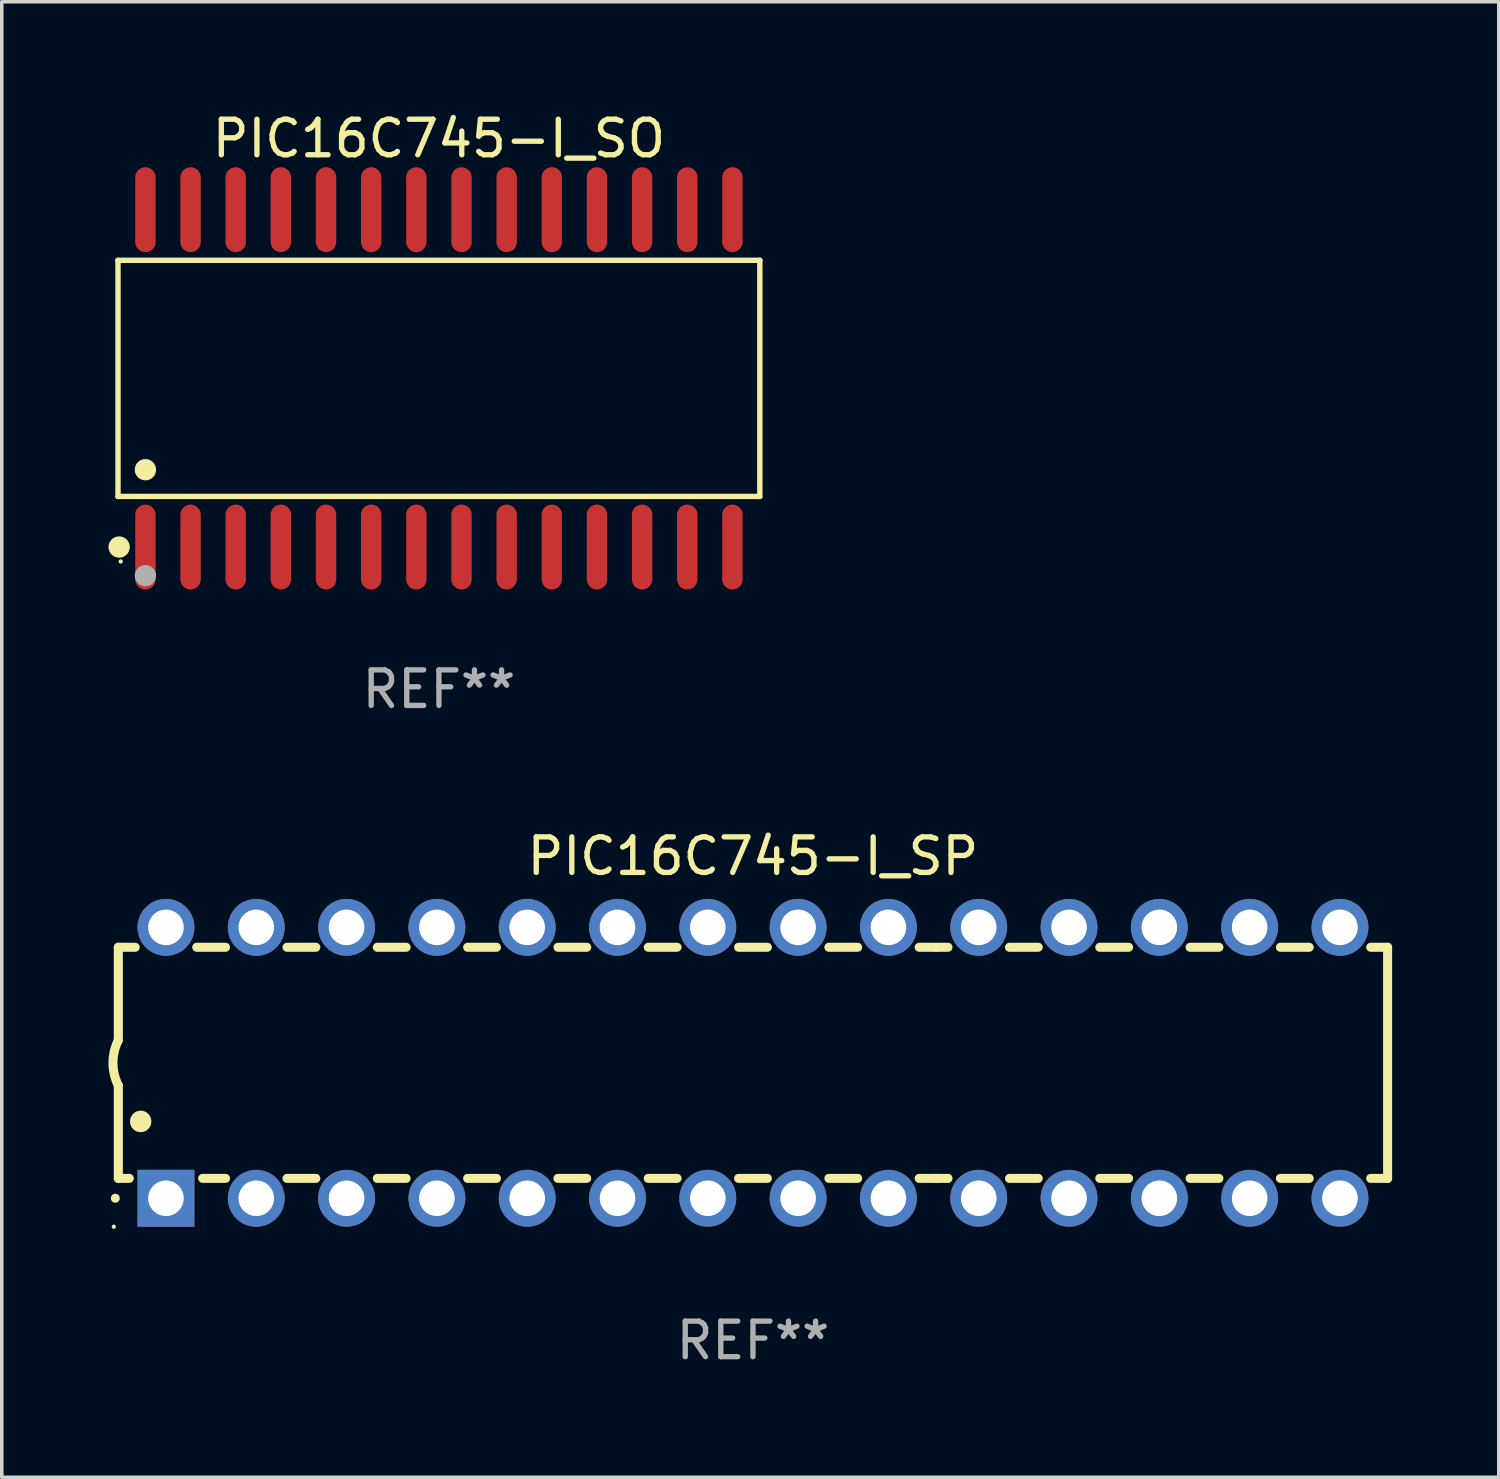
<source format=kicad_pcb>
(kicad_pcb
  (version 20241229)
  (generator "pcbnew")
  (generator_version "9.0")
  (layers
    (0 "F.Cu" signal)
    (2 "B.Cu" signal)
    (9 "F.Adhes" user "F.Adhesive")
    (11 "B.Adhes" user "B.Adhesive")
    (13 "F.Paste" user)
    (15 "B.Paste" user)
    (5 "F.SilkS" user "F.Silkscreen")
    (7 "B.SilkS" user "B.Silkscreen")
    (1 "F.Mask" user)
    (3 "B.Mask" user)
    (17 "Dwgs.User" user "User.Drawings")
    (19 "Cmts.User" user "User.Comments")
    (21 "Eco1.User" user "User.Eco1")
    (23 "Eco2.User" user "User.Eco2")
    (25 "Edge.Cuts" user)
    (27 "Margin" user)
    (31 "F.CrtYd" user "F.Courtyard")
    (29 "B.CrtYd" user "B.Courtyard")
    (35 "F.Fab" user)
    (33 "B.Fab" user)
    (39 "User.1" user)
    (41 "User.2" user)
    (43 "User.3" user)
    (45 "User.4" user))
  (footprint "PIC16C745-I_SP"
    (layer "F.Cu")
    (at 18.128 26.843)
    (property "Reference" "PIC16C745-I_SP" (at 0 -5.81 0) (layer "F.SilkS") (effects (font (size 1 1) (thickness 0.15))))
    (attr through_hole)
    (fp_line (start -17.85 -3.25) (end -17.85 -0.635) (stroke (width 0.254) (type solid)) (layer "F.SilkS"))
    (fp_line (start -17.85 3.25) (end -17.85 0.635) (stroke (width 0.254) (type solid)) (layer "F.SilkS"))
    (fp_line (start -17.85 3.25) (end -17.541 3.25) (stroke (width 0.254) (type solid)) (layer "F.SilkS"))
    (fp_line (start -17.375 -3.25) (end -17.85 -3.25) (stroke (width 0.254) (type solid)) (layer "F.SilkS"))
    (fp_line (start -15.479 3.25) (end -14.835 3.25) (stroke (width 0.254) (type solid)) (layer "F.SilkS"))
    (fp_line (start -14.835 -3.25) (end -15.645 -3.25) (stroke (width 0.254) (type solid)) (layer "F.SilkS"))
    (fp_line (start -13.105 3.25) (end -12.295 3.25) (stroke (width 0.254) (type solid)) (layer "F.SilkS"))
    (fp_line (start -12.295 -3.25) (end -13.105 -3.25) (stroke (width 0.254) (type solid)) (layer "F.SilkS"))
    (fp_line (start -10.565 3.25) (end -9.755 3.25) (stroke (width 0.254) (type solid)) (layer "F.SilkS"))
    (fp_line (start -9.755 -3.25) (end -10.565 -3.25) (stroke (width 0.254) (type solid)) (layer "F.SilkS"))
    (fp_line (start -8.025 3.25) (end -7.215 3.25) (stroke (width 0.254) (type solid)) (layer "F.SilkS"))
    (fp_line (start -7.215 -3.25) (end -8.025 -3.25) (stroke (width 0.254) (type solid)) (layer "F.SilkS"))
    (fp_line (start -5.485 3.25) (end -4.675 3.25) (stroke (width 0.254) (type solid)) (layer "F.SilkS"))
    (fp_line (start -4.675 -3.25) (end -5.485 -3.25) (stroke (width 0.254) (type solid)) (layer "F.SilkS"))
    (fp_line (start -2.945 3.25) (end -2.135 3.25) (stroke (width 0.254) (type solid)) (layer "F.SilkS"))
    (fp_line (start -2.135 -3.25) (end -2.945 -3.25) (stroke (width 0.254) (type solid)) (layer "F.SilkS"))
    (fp_line (start -0.405 3.25) (end 0.405 3.25) (stroke (width 0.254) (type solid)) (layer "F.SilkS"))
    (fp_line (start 0.405 -3.25) (end -0.405 -3.25) (stroke (width 0.254) (type solid)) (layer "F.SilkS"))
    (fp_line (start 2.135 3.25) (end 2.945 3.25) (stroke (width 0.254) (type solid)) (layer "F.SilkS"))
    (fp_line (start 2.945 -3.25) (end 2.135 -3.25) (stroke (width 0.254) (type solid)) (layer "F.SilkS"))
    (fp_line (start 4.675 3.25) (end 5.15 3.25) (stroke (width 0.254) (type solid)) (layer "F.SilkS"))
    (fp_line (start 5.15 -3.25) (end 4.675 -3.25) (stroke (width 0.254) (type solid)) (layer "F.SilkS"))
    (fp_line (start 5.15 -3.25) (end 5.485 -3.25) (stroke (width 0.254) (type solid)) (layer "F.SilkS"))
    (fp_line (start 5.15 3.25) (end 5.485 3.25) (stroke (width 0.254) (type solid)) (layer "F.SilkS"))
    (fp_line (start 7.215 -3.25) (end 8.025 -3.25) (stroke (width 0.254) (type solid)) (layer "F.SilkS"))
    (fp_line (start 7.215 3.25) (end 8.025 3.25) (stroke (width 0.254) (type solid)) (layer "F.SilkS"))
    (fp_line (start 9.755 -3.25) (end 10.565 -3.25) (stroke (width 0.254) (type solid)) (layer "F.SilkS"))
    (fp_line (start 9.755 3.25) (end 10.565 3.25) (stroke (width 0.254) (type solid)) (layer "F.SilkS"))
    (fp_line (start 12.295 -3.25) (end 13.105 -3.25) (stroke (width 0.254) (type solid)) (layer "F.SilkS"))
    (fp_line (start 12.295 3.25) (end 13.105 3.25) (stroke (width 0.254) (type solid)) (layer "F.SilkS"))
    (fp_line (start 14.835 -3.25) (end 15.645 -3.25) (stroke (width 0.254) (type solid)) (layer "F.SilkS"))
    (fp_line (start 14.835 3.25) (end 15.645 3.25) (stroke (width 0.254) (type solid)) (layer "F.SilkS"))
    (fp_line (start 17.375 -3.25) (end 17.85 -3.25) (stroke (width 0.254) (type solid)) (layer "F.SilkS"))
    (fp_line (start 17.375 3.25) (end 17.85 3.25) (stroke (width 0.254) (type solid)) (layer "F.SilkS"))
    (fp_line (start 17.85 -3.25) (end 17.85 3.25) (stroke (width 0.254) (type solid)) (layer "F.SilkS"))
    (fp_arc (start -17.934976 3.810008) (mid -17.934983 3.808738) (end -17.934976 3.807468) (stroke (width 0.25) (type solid)) (layer "F.SilkS"))
    (fp_arc (start -17.851155 0.635002) (mid -18.000677 -0.000132) (end -17.850038 -0.635001) (stroke (width 0.254001) (type solid)) (layer "F.SilkS"))
    (fp_arc (start -17.221234 1.651003) (mid -17.221245 1.648463) (end -17.221234 1.645923) (stroke (width 0.6) (type solid)) (layer "F.SilkS"))
    (fp_circle (center -17.977 4.61) (end -17.947 4.61) (stroke (width 0.06) (type solid)) (fill no) (layer "F.SilkS"))
    (fp_text user "REF**" (at 0 7.81 0) (layer "F.Fab") (effects (font (size 1 1) (thickness 0.15))))
    (pad "1" thru_hole rect (at -16.51 3.81 90) (size 1.6 1.6) (drill 1) (layers "*.Cu" "*.Mask"))
    (pad "2" thru_hole circle (at -13.97 3.81 90) (size 1.6 1.6) (drill 1) (layers "*.Cu" "*.Mask"))
    (pad "3" thru_hole circle (at -11.43 3.81 90) (size 1.6 1.6) (drill 1) (layers "*.Cu" "*.Mask"))
    (pad "4" thru_hole circle (at -8.89 3.81 90) (size 1.6 1.6) (drill 1) (layers "*.Cu" "*.Mask"))
    (pad "5" thru_hole circle (at -6.35 3.81 90) (size 1.6 1.6) (drill 1) (layers "*.Cu" "*.Mask"))
    (pad "6" thru_hole circle (at -3.81 3.81 90) (size 1.6 1.6) (drill 1) (layers "*.Cu" "*.Mask"))
    (pad "7" thru_hole circle (at -1.27 3.81 90) (size 1.6 1.6) (drill 1) (layers "*.Cu" "*.Mask"))
    (pad "8" thru_hole circle (at 1.27 3.81 90) (size 1.6 1.6) (drill 1) (layers "*.Cu" "*.Mask"))
    (pad "9" thru_hole circle (at 3.81 3.81 90) (size 1.6 1.6) (drill 1) (layers "*.Cu" "*.Mask"))
    (pad "10" thru_hole circle (at 6.35 3.81 90) (size 1.6 1.6) (drill 1) (layers "*.Cu" "*.Mask"))
    (pad "11" thru_hole circle (at 8.89 3.81 90) (size 1.6 1.6) (drill 1) (layers "*.Cu" "*.Mask"))
    (pad "12" thru_hole circle (at 11.43 3.81 90) (size 1.6 1.6) (drill 1) (layers "*.Cu" "*.Mask"))
    (pad "13" thru_hole circle (at 13.97 3.81 90) (size 1.6 1.6) (drill 1) (layers "*.Cu" "*.Mask"))
    (pad "14" thru_hole circle (at 16.51 3.81 90) (size 1.6 1.6) (drill 1) (layers "*.Cu" "*.Mask"))
    (pad "15" thru_hole circle (at 16.51 -3.81 90) (size 1.6 1.6) (drill 1) (layers "*.Cu" "*.Mask"))
    (pad "16" thru_hole circle (at 13.97 -3.81 90) (size 1.6 1.6) (drill 1) (layers "*.Cu" "*.Mask"))
    (pad "17" thru_hole circle (at 11.43 -3.81 90) (size 1.6 1.6) (drill 1) (layers "*.Cu" "*.Mask"))
    (pad "18" thru_hole circle (at 8.89 -3.81 90) (size 1.6 1.6) (drill 1) (layers "*.Cu" "*.Mask"))
    (pad "19" thru_hole circle (at 6.35 -3.81 90) (size 1.6 1.6) (drill 1) (layers "*.Cu" "*.Mask"))
    (pad "20" thru_hole circle (at 3.81 -3.81 90) (size 1.6 1.6) (drill 1) (layers "*.Cu" "*.Mask"))
    (pad "21" thru_hole circle (at 1.27 -3.81 90) (size 1.6 1.6) (drill 1) (layers "*.Cu" "*.Mask"))
    (pad "22" thru_hole circle (at -1.27 -3.81 90) (size 1.6 1.6) (drill 1) (layers "*.Cu" "*.Mask"))
    (pad "23" thru_hole circle (at -3.81 -3.81 90) (size 1.6 1.6) (drill 1) (layers "*.Cu" "*.Mask"))
    (pad "24" thru_hole circle (at -6.35 -3.81 90) (size 1.6 1.6) (drill 1) (layers "*.Cu" "*.Mask"))
    (pad "25" thru_hole circle (at -8.89 -3.81 90) (size 1.6 1.6) (drill 1) (layers "*.Cu" "*.Mask"))
    (pad "26" thru_hole circle (at -11.43 -3.81 90) (size 1.6 1.6) (drill 1) (layers "*.Cu" "*.Mask"))
    (pad "27" thru_hole circle (at -13.97 -3.81 90) (size 1.6 1.6) (drill 1) (layers "*.Cu" "*.Mask"))
    (pad "28" thru_hole circle (at -16.51 -3.81 90) (size 1.6 1.6) (drill 1) (layers "*.Cu" "*.Mask")))
  (footprint "PIC16C745-I_SO"
    (layer "F.Cu")
    (at 9.295 7.592)
    (property "Reference" "PIC16C745-I_SO" (at 0 -6.744 0) (layer "F.SilkS") (effects (font (size 1 1) (thickness 0.15))))
    (attr through_hole)
    (fp_line (start -9.026 -3.321) (end 9.026 -3.321) (stroke (width 0.152) (type solid)) (layer "F.SilkS"))
    (fp_line (start -9.026 3.321) (end -9.026 -3.321) (stroke (width 0.152) (type solid)) (layer "F.SilkS"))
    (fp_line (start 9.026 -3.321) (end 9.026 3.321) (stroke (width 0.152) (type solid)) (layer "F.SilkS"))
    (fp_line (start 9.026 3.321) (end -9.026 3.321) (stroke (width 0.152) (type solid)) (layer "F.SilkS"))
    (fp_circle (center -8.994 4.744) (end -8.844 4.744) (stroke (width 0.3) (type solid)) (fill no) (layer "F.SilkS"))
    (fp_circle (center -8.95 5.15) (end -8.92 5.15) (stroke (width 0.06) (type solid)) (fill no) (layer "F.SilkS"))
    (fp_circle (center -8.255 2.569) (end -8.105 2.569) (stroke (width 0.3) (type solid)) (fill no) (layer "F.SilkS"))
    (fp_circle (center -8.255 5.55) (end -8.105 5.55) (stroke (width 0.3) (type solid)) (fill no) (layer "F.Fab"))
    (fp_text user "REF**" (at 0 8.744 0) (layer "F.Fab") (effects (font (size 1 1) (thickness 0.15))))
    (pad "1" smd oval (at -8.255 4.744) (size 0.574 2.388) (layers "F.Cu" "F.Mask" "F.Paste"))
    (pad "2" smd oval (at -6.985 4.744) (size 0.574 2.388) (layers "F.Cu" "F.Mask" "F.Paste"))
    (pad "3" smd oval (at -5.715 4.744) (size 0.574 2.388) (layers "F.Cu" "F.Mask" "F.Paste"))
    (pad "4" smd oval (at -4.445 4.744) (size 0.574 2.388) (layers "F.Cu" "F.Mask" "F.Paste"))
    (pad "5" smd oval (at -3.175 4.744) (size 0.574 2.388) (layers "F.Cu" "F.Mask" "F.Paste"))
    (pad "6" smd oval (at -1.905 4.744) (size 0.574 2.388) (layers "F.Cu" "F.Mask" "F.Paste"))
    (pad "7" smd oval (at -0.635 4.744) (size 0.574 2.388) (layers "F.Cu" "F.Mask" "F.Paste"))
    (pad "8" smd oval (at 0.635 4.744) (size 0.574 2.388) (layers "F.Cu" "F.Mask" "F.Paste"))
    (pad "9" smd oval (at 1.905 4.744) (size 0.574 2.388) (layers "F.Cu" "F.Mask" "F.Paste"))
    (pad "10" smd oval (at 3.175 4.744) (size 0.574 2.388) (layers "F.Cu" "F.Mask" "F.Paste"))
    (pad "11" smd oval (at 4.445 4.744) (size 0.574 2.388) (layers "F.Cu" "F.Mask" "F.Paste"))
    (pad "12" smd oval (at 5.715 4.744) (size 0.574 2.388) (layers "F.Cu" "F.Mask" "F.Paste"))
    (pad "13" smd oval (at 6.985 4.744) (size 0.574 2.388) (layers "F.Cu" "F.Mask" "F.Paste"))
    (pad "14" smd oval (at 8.255 4.744) (size 0.574 2.388) (layers "F.Cu" "F.Mask" "F.Paste"))
    (pad "15" smd oval (at 8.255 -4.744) (size 0.574 2.388) (layers "F.Cu" "F.Mask" "F.Paste"))
    (pad "16" smd oval (at 6.985 -4.744) (size 0.574 2.388) (layers "F.Cu" "F.Mask" "F.Paste"))
    (pad "17" smd oval (at 5.715 -4.744) (size 0.574 2.388) (layers "F.Cu" "F.Mask" "F.Paste"))
    (pad "18" smd oval (at 4.445 -4.744) (size 0.574 2.388) (layers "F.Cu" "F.Mask" "F.Paste"))
    (pad "19" smd oval (at 3.175 -4.744) (size 0.574 2.388) (layers "F.Cu" "F.Mask" "F.Paste"))
    (pad "20" smd oval (at 1.905 -4.744) (size 0.574 2.388) (layers "F.Cu" "F.Mask" "F.Paste"))
    (pad "21" smd oval (at 0.635 -4.744) (size 0.574 2.388) (layers "F.Cu" "F.Mask" "F.Paste"))
    (pad "22" smd oval (at -0.635 -4.744) (size 0.574 2.388) (layers "F.Cu" "F.Mask" "F.Paste"))
    (pad "23" smd oval (at -1.905 -4.744) (size 0.574 2.388) (layers "F.Cu" "F.Mask" "F.Paste"))
    (pad "24" smd oval (at -3.175 -4.744) (size 0.574 2.388) (layers "F.Cu" "F.Mask" "F.Paste"))
    (pad "25" smd oval (at -4.445 -4.744) (size 0.574 2.388) (layers "F.Cu" "F.Mask" "F.Paste"))
    (pad "26" smd oval (at -5.715 -4.744) (size 0.574 2.388) (layers "F.Cu" "F.Mask" "F.Paste"))
    (pad "27" smd oval (at -6.985 -4.744) (size 0.574 2.388) (layers "F.Cu" "F.Mask" "F.Paste"))
    (pad "28" smd oval (at -8.255 -4.744) (size 0.574 2.388) (layers "F.Cu" "F.Mask" "F.Paste")))
  (gr_rect
    (start -3 -3)
    (end 39.105 38.501)
    (stroke (width 0.1) (type default))
    (fill no)
    (layer "Edge.Cuts")))
</source>
